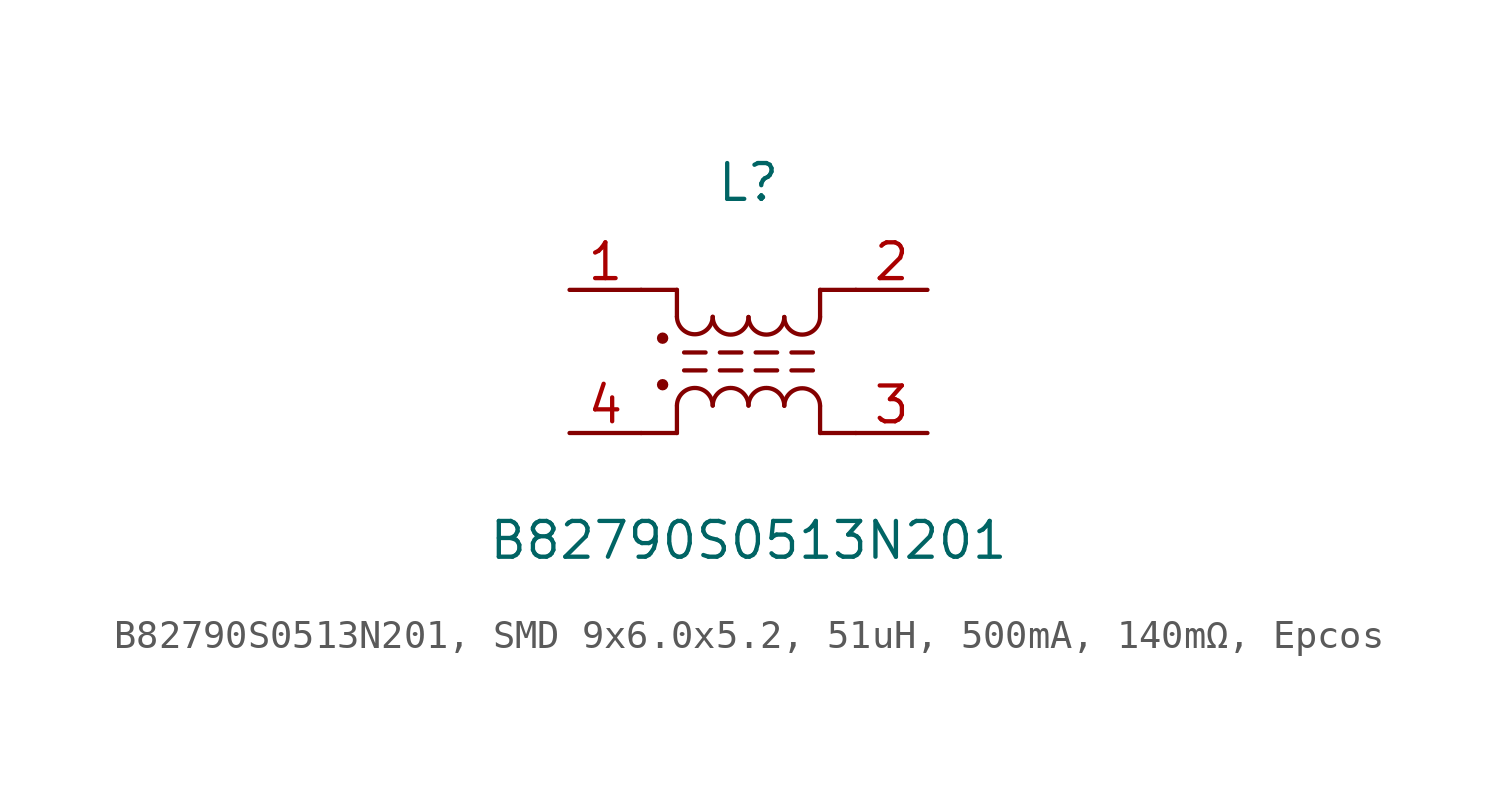
<source format=kicad_sym>
(kicad_symbol_lib
  (version 20241209)
  (generator "kicad_symbol_editor")
  (generator_version "9.0")
  (symbol "B82790S0513N201, SMD 9x6.0x5.2, 51uH, 500mA, 140mΩ, Epcos"
    (pin_names
      (offset 0)
      (hide yes))
    (property "Reference" "L"
      (at 0 6.35 0)
      (effects (font (size 1.27 1.27))))
    (property "Value" "B82790S0513N201"
      (at 0 -6.35 0)
      (effects (font (size 1.27 1.27))))
    (symbol "B82790S0513N201, SMD 9x6.0x5.2, 51uH, 500mA, 140mΩ, Epcos_0_1"
      (polyline (pts (xy -1.524 0.318) (xy -2.286 0.318)) (stroke (width 0.152) (type default)) (fill (type none)))
      (polyline (pts (xy -1.524 -0.318) (xy -2.286 -0.318)) (stroke (width 0.152) (type default)) (fill (type none)))
      (polyline (pts (xy -0.254 0.318) (xy -1.016 0.318)) (stroke (width 0.152) (type default)) (fill (type none)))
      (polyline (pts (xy -0.254 -0.318) (xy -1.016 -0.318)) (stroke (width 0.152) (type default)) (fill (type none)))
      (polyline (pts (xy 1.016 0.318) (xy 0.254 0.318)) (stroke (width 0.152) (type default)) (fill (type none)))
      (polyline (pts (xy 1.016 -0.318) (xy 0.254 -0.318)) (stroke (width 0.152) (type default)) (fill (type none)))
      (polyline (pts (xy 2.286 0.318) (xy 1.524 0.318)) (stroke (width 0.152) (type default)) (fill (type none)))
      (polyline (pts (xy 2.286 -0.318) (xy 1.524 -0.318)) (stroke (width 0.152) (type default)) (fill (type none))))
    (symbol "B82790S0513N201, SMD 9x6.0x5.2, 51uH, 500mA, 140mΩ, Epcos_1_1"
      (circle (center -3.048 0.826) (radius 0.127) (stroke (width 0.152) (type default)) (fill (type outline)))
      (circle (center -3.048 -0.826) (radius 0.127) (stroke (width 0.152) (type default)) (fill (type outline)))
      (polyline (pts (xy -2.54 2.54) (xy -3.81 2.54)) (stroke (width 0.152) (type default)) (fill (type none)))
      (polyline (pts (xy -2.54 2.54) (xy -2.54 1.588)) (stroke (width 0.152) (type default)) (fill (type none)))
      (polyline (pts (xy -2.54 -2.54) (xy -3.81 -2.54)) (stroke (width 0.152) (type default)) (fill (type none)))
      (polyline (pts (xy -2.54 -2.54) (xy -2.54 -1.588)) (stroke (width 0.152) (type default)) (fill (type none)))
      (arc (start -1.27 1.5875) (mid -1.905 0.9637) (end -2.54 1.5875) (stroke (width 0.1524) (type default)) (fill (type none)))
      (arc (start -2.54 -1.5649) (mid -1.905 -0.9411) (end -1.27 -1.5649) (stroke (width 0.1524) (type default)) (fill (type none)))
      (arc (start 0 1.5762) (mid -0.635 0.9524) (end -1.27 1.5762) (stroke (width 0.1524) (type default)) (fill (type none)))
      (arc (start -1.27 -1.5649) (mid -0.635 -0.9411) (end 0 -1.5649) (stroke (width 0.1524) (type default)) (fill (type none)))
      (arc (start 1.27 1.5762) (mid 0.635 0.9524) (end 0 1.5762) (stroke (width 0.1524) (type default)) (fill (type none)))
      (arc (start 0 -1.5649) (mid 0.635 -0.9411) (end 1.27 -1.5649) (stroke (width 0.1524) (type default)) (fill (type none)))
      (arc (start 2.54 1.5762) (mid 1.905 0.9524) (end 1.27 1.5762) (stroke (width 0.1524) (type default)) (fill (type none)))
      (arc (start 1.27 -1.5762) (mid 1.905 -0.9524) (end 2.54 -1.5762) (stroke (width 0.1524) (type default)) (fill (type none)))
      (polyline (pts (xy 2.54 2.54) (xy 2.54 1.587)) (stroke (width 0.152) (type default)) (fill (type none)))
      (polyline (pts (xy 2.54 2.54) (xy 3.81 2.54)) (stroke (width 0.152) (type default)) (fill (type none)))
      (polyline (pts (xy 2.54 -2.54) (xy 2.54 -1.587)) (stroke (width 0.152) (type default)) (fill (type none)))
      (polyline (pts (xy 2.54 -2.54) (xy 3.81 -2.54)) (stroke (width 0.152) (type default)) (fill (type none)))
      (pin passive line (at -6.35 2.54 0) (length 2.54) (name "1" (effects (font (size 1.27 1.27)))) (number "1" (effects (font (size 1.27 1.27)))))
      (pin passive line (at -6.35 -2.54 0) (length 2.54) (name "4" (effects (font (size 1.27 1.27)))) (number "4" (effects (font (size 1.27 1.27)))))
      (pin passive line (at 6.35 2.54 180) (length 2.54) (name "2" (effects (font (size 1.27 1.27)))) (number "2" (effects (font (size 1.27 1.27)))))
      (pin passive line (at 6.35 -2.54 180) (length 2.54) (name "3" (effects (font (size 1.27 1.27)))) (number "3" (effects (font (size 1.27 1.27))))))))
</source>
